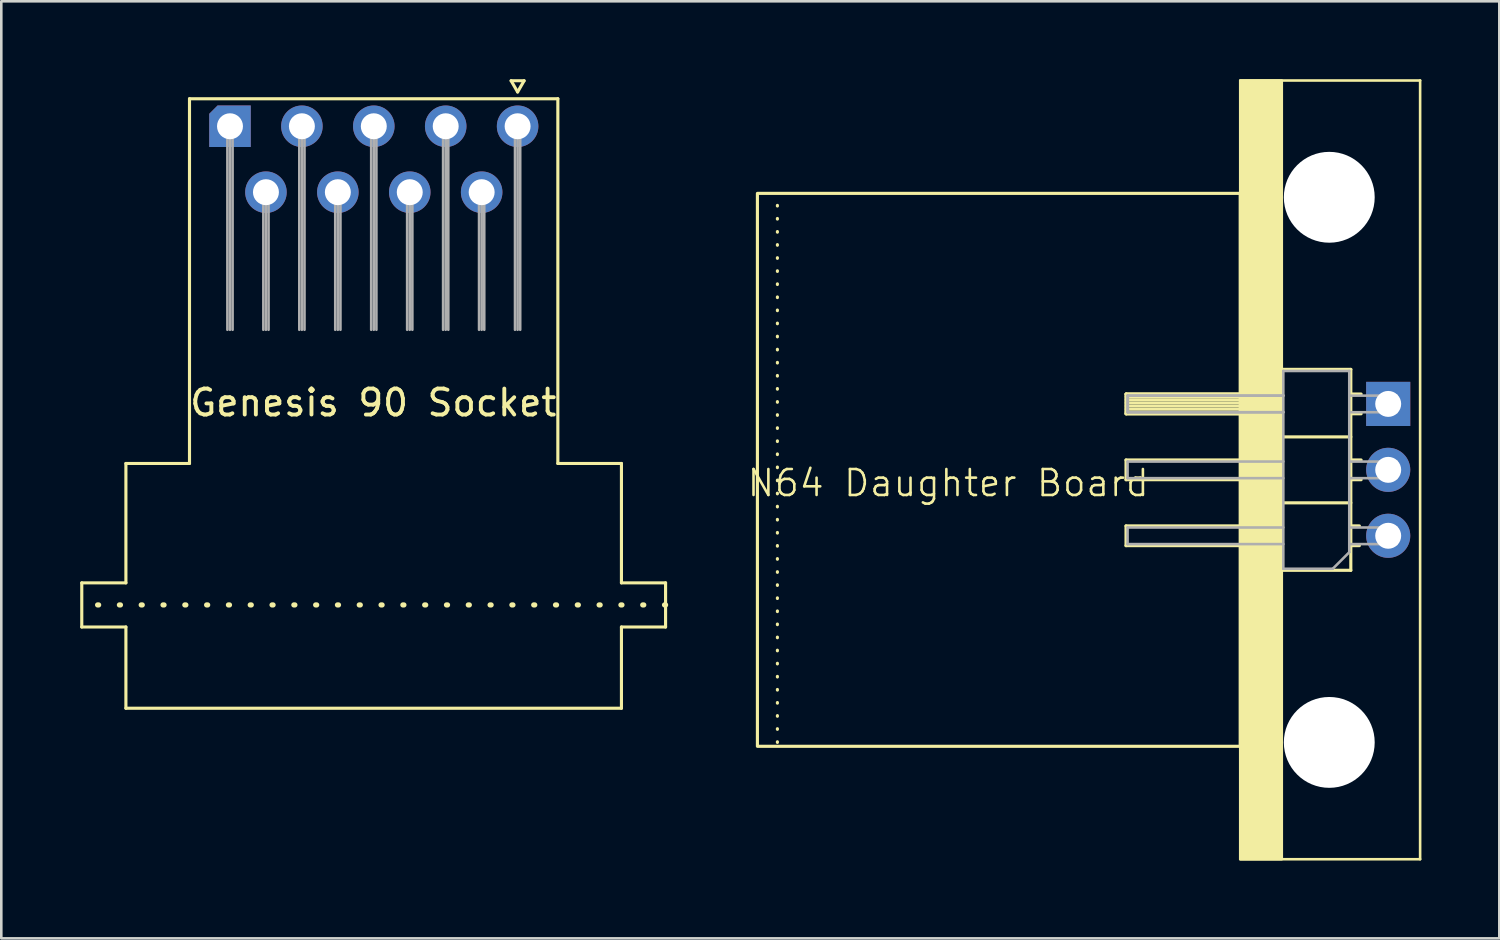
<source format=kicad_pcb>
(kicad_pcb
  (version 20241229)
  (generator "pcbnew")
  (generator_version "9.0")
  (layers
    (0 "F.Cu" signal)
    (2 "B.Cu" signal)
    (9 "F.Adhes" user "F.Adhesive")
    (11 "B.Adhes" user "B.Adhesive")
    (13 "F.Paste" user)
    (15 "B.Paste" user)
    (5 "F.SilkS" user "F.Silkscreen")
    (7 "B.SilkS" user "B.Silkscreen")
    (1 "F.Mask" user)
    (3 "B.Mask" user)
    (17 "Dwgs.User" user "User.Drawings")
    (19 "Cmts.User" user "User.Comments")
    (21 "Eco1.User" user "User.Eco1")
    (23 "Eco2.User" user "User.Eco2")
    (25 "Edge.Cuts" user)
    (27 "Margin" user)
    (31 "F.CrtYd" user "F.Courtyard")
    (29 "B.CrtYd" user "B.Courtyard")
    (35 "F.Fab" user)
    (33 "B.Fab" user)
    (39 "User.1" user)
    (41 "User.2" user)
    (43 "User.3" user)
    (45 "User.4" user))
  (footprint "N64 Daughter Board"
    (layer "F.Cu")
    (at 33.108 15.52)
    (property "Reference" "N64 Daughter Board" (at 0.37 0.04 0) (unlocked yes) (layer "F.SilkS") (effects (font (size 1 1) (thickness 0.1))))
    (attr through_hole)
    (fp_line (start -6.21 10.03) (end -6.21 -10.97) (stroke (width 0.12) (type dot)) (layer "F.SilkS"))
    (fp_line (start 7.22 -3.39) (end 13.22 -3.39) (stroke (width 0.12) (type solid)) (layer "F.SilkS"))
    (fp_line (start 7.22 -2.63) (end 7.22 -3.39) (stroke (width 0.12) (type solid)) (layer "F.SilkS"))
    (fp_line (start 7.22 -0.85) (end 13.22 -0.85) (stroke (width 0.12) (type solid)) (layer "F.SilkS"))
    (fp_line (start 7.22 -0.09) (end 7.22 -0.85) (stroke (width 0.12) (type solid)) (layer "F.SilkS"))
    (fp_line (start 7.22 1.69) (end 13.22 1.69) (stroke (width 0.12) (type solid)) (layer "F.SilkS"))
    (fp_line (start 7.22 2.45) (end 7.22 1.69) (stroke (width 0.12) (type solid)) (layer "F.SilkS"))
    (fp_line (start 7.23 -3.39) (end 13.23 -3.39) (stroke (width 0.12) (type solid)) (layer "F.SilkS"))
    (fp_line (start 7.23 -2.63) (end 7.23 -3.39) (stroke (width 0.12) (type solid)) (layer "F.SilkS"))
    (fp_line (start 11.62 -15.47) (end 18.55 -15.47) (stroke (width 0.1) (type default)) (layer "F.SilkS"))
    (fp_line (start 11.62 14.53) (end 18.55 14.53) (stroke (width 0.1) (type default)) (layer "F.SilkS"))
    (fp_line (start 13.22 -4.34) (end 13.22 3.4) (stroke (width 0.12) (type solid)) (layer "F.SilkS"))
    (fp_line (start 13.22 -2.63) (end 7.22 -2.63) (stroke (width 0.12) (type solid)) (layer "F.SilkS"))
    (fp_line (start 13.22 -0.09) (end 7.22 -0.09) (stroke (width 0.12) (type solid)) (layer "F.SilkS"))
    (fp_line (start 13.22 2.45) (end 7.22 2.45) (stroke (width 0.12) (type solid)) (layer "F.SilkS"))
    (fp_line (start 13.22 3.4) (end 15.88 3.4) (stroke (width 0.12) (type solid)) (layer "F.SilkS"))
    (fp_line (start 13.23 -3.29) (end 7.23 -3.29) (stroke (width 0.12) (type solid)) (layer "F.SilkS"))
    (fp_line (start 13.23 -3.17) (end 7.23 -3.17) (stroke (width 0.12) (type solid)) (layer "F.SilkS"))
    (fp_line (start 13.23 -3.05) (end 7.23 -3.05) (stroke (width 0.12) (type solid)) (layer "F.SilkS"))
    (fp_line (start 13.23 -2.93) (end 7.23 -2.93) (stroke (width 0.12) (type solid)) (layer "F.SilkS"))
    (fp_line (start 13.23 -2.81) (end 7.23 -2.81) (stroke (width 0.12) (type solid)) (layer "F.SilkS"))
    (fp_line (start 13.23 -2.69) (end 7.23 -2.69) (stroke (width 0.12) (type solid)) (layer "F.SilkS"))
    (fp_line (start 13.23 -2.63) (end 7.23 -2.63) (stroke (width 0.12) (type solid)) (layer "F.SilkS"))
    (fp_line (start 15.88 -4.34) (end 13.22 -4.34) (stroke (width 0.12) (type solid)) (layer "F.SilkS"))
    (fp_line (start 15.88 -1.74) (end 13.22 -1.74) (stroke (width 0.12) (type solid)) (layer "F.SilkS"))
    (fp_line (start 15.88 0.8) (end 13.22 0.8) (stroke (width 0.12) (type solid)) (layer "F.SilkS"))
    (fp_line (start 15.88 3.4) (end 15.88 -4.34) (stroke (width 0.12) (type solid)) (layer "F.SilkS"))
    (fp_line (start 16.21 1.69) (end 15.88 1.69) (stroke (width 0.12) (type solid)) (layer "F.SilkS"))
    (fp_line (start 16.21 2.45) (end 15.88 2.45) (stroke (width 0.12) (type solid)) (layer "F.SilkS"))
    (fp_line (start 16.277 -3.39) (end 15.88 -3.39) (stroke (width 0.12) (type solid)) (layer "F.SilkS"))
    (fp_line (start 16.277 -2.63) (end 15.88 -2.63) (stroke (width 0.12) (type solid)) (layer "F.SilkS"))
    (fp_line (start 16.277 -0.85) (end 15.88 -0.85) (stroke (width 0.12) (type solid)) (layer "F.SilkS"))
    (fp_line (start 16.277 -0.09) (end 15.88 -0.09) (stroke (width 0.12) (type solid)) (layer "F.SilkS"))
    (fp_line (start 18.55 14.53) (end 18.55 -15.47) (stroke (width 0.1) (type default)) (layer "F.SilkS"))
    (fp_rect (start -6.98 -11.12) (end 11.62 10.18) (stroke (width 0.12) (type solid)) (fill no) (layer "F.SilkS"))
    (fp_rect (start 11.62 -15.47) (end 13.22 14.53) (stroke (width 0.1) (type solid)) (fill yes) (layer "F.SilkS"))
    (fp_line (start 7.28 -2.69) (end 7.28 -3.33) (stroke (width 0.1) (type solid)) (layer "F.Fab"))
    (fp_line (start 7.28 -0.15) (end 7.28 -0.79) (stroke (width 0.1) (type solid)) (layer "F.Fab"))
    (fp_line (start 7.28 2.39) (end 7.28 1.75) (stroke (width 0.1) (type solid)) (layer "F.Fab"))
    (fp_line (start 7.29 -2.69) (end 7.29 -3.33) (stroke (width 0.1) (type solid)) (layer "F.Fab"))
    (fp_line (start 13.28 -4.28) (end 15.82 -4.28) (stroke (width 0.1) (type solid)) (layer "F.Fab"))
    (fp_line (start 13.28 -3.33) (end 7.28 -3.33) (stroke (width 0.1) (type solid)) (layer "F.Fab"))
    (fp_line (start 13.28 -2.69) (end 7.28 -2.69) (stroke (width 0.1) (type solid)) (layer "F.Fab"))
    (fp_line (start 13.28 -0.79) (end 7.28 -0.79) (stroke (width 0.1) (type solid)) (layer "F.Fab"))
    (fp_line (start 13.28 -0.15) (end 7.28 -0.15) (stroke (width 0.1) (type solid)) (layer "F.Fab"))
    (fp_line (start 13.28 1.75) (end 7.28 1.75) (stroke (width 0.1) (type solid)) (layer "F.Fab"))
    (fp_line (start 13.28 2.39) (end 7.28 2.39) (stroke (width 0.1) (type solid)) (layer "F.Fab"))
    (fp_line (start 13.28 3.34) (end 13.28 -4.28) (stroke (width 0.1) (type solid)) (layer "F.Fab"))
    (fp_line (start 13.29 -3.33) (end 7.29 -3.33) (stroke (width 0.1) (type solid)) (layer "F.Fab"))
    (fp_line (start 13.29 -2.69) (end 7.29 -2.69) (stroke (width 0.1) (type solid)) (layer "F.Fab"))
    (fp_line (start 15.185 3.34) (end 13.28 3.34) (stroke (width 0.1) (type solid)) (layer "F.Fab"))
    (fp_line (start 15.82 -4.28) (end 15.82 2.705) (stroke (width 0.1) (type solid)) (layer "F.Fab"))
    (fp_line (start 15.82 2.705) (end 15.185 3.34) (stroke (width 0.1) (type solid)) (layer "F.Fab"))
    (fp_line (start 17.64 -3.33) (end 15.82 -3.33) (stroke (width 0.1) (type solid)) (layer "F.Fab"))
    (fp_line (start 17.64 -2.69) (end 15.82 -2.69) (stroke (width 0.1) (type solid)) (layer "F.Fab"))
    (fp_line (start 17.64 -2.69) (end 17.64 -3.33) (stroke (width 0.1) (type solid)) (layer "F.Fab"))
    (fp_line (start 17.64 -0.79) (end 15.82 -0.79) (stroke (width 0.1) (type solid)) (layer "F.Fab"))
    (fp_line (start 17.64 -0.15) (end 15.82 -0.15) (stroke (width 0.1) (type solid)) (layer "F.Fab"))
    (fp_line (start 17.64 -0.15) (end 17.64 -0.79) (stroke (width 0.1) (type solid)) (layer "F.Fab"))
    (fp_line (start 17.64 1.75) (end 15.82 1.75) (stroke (width 0.1) (type solid)) (layer "F.Fab"))
    (fp_line (start 17.64 2.39) (end 15.82 2.39) (stroke (width 0.1) (type solid)) (layer "F.Fab"))
    (fp_line (start 17.64 2.39) (end 17.64 1.75) (stroke (width 0.1) (type solid)) (layer "F.Fab"))
    (pad "" np_thru_hole circle (at 15.05 -10.97) (size 3.5 3.5) (drill 3.5) (layers "*.Cu" "*.Mask"))
    (pad "" np_thru_hole circle (at 15.05 10.03) (size 3.5 3.5) (drill 3.5) (layers "*.Cu" "*.Mask"))
    (pad "1" thru_hole rect (at 17.32 -3.01 180) (size 1.7 1.7) (drill 1) (layers "*.Cu" "*.Mask"))
    (pad "2" thru_hole oval (at 17.32 -0.47 180) (size 1.7 1.7) (drill 1) (layers "*.Cu" "*.Mask"))
    (pad "3" thru_hole oval (at 17.32 2.07 180) (size 1.7 1.7) (drill 1) (layers "*.Cu" "*.Mask")))
  (footprint "Genesis 90 Socket"
    (layer "F.Cu")
    (at 11.33 12.964)
    (property "Reference" "Genesis 90 Socket" (at 0 -0.5 0) (unlocked yes) (layer "F.SilkS") (effects (font (size 1 1) (thickness 0.15))))
    (attr through_hole)
    (fp_line (start -11.23 6.44) (end -11.23 8.14) (stroke (width 0.12) (type solid)) (layer "F.SilkS"))
    (fp_line (start -9.53 1.84) (end -7.08 1.84) (stroke (width 0.12) (type solid)) (layer "F.SilkS"))
    (fp_line (start -9.53 6.44) (end -11.23 6.44) (stroke (width 0.12) (type solid)) (layer "F.SilkS"))
    (fp_line (start -9.53 6.44) (end -9.53 1.84) (stroke (width 0.12) (type solid)) (layer "F.SilkS"))
    (fp_line (start -9.53 8.14) (end -11.23 8.14) (stroke (width 0.12) (type solid)) (layer "F.SilkS"))
    (fp_line (start -9.53 8.14) (end -9.53 11.27) (stroke (width 0.12) (type solid)) (layer "F.SilkS"))
    (fp_line (start -9.53 11.27) (end 9.56 11.27) (stroke (width 0.12) (type solid)) (layer "F.SilkS"))
    (fp_line (start -7.08 -12.21) (end 7.11 -12.21) (stroke (width 0.12) (type solid)) (layer "F.SilkS"))
    (fp_line (start -7.08 1.84) (end -7.08 -12.21) (stroke (width 0.12) (type solid)) (layer "F.SilkS"))
    (fp_line (start 5.31 -12.904) (end 5.81 -12.904) (stroke (width 0.12) (type solid)) (layer "F.SilkS"))
    (fp_line (start 5.56 -12.471) (end 5.31 -12.904) (stroke (width 0.12) (type solid)) (layer "F.SilkS"))
    (fp_line (start 5.81 -12.904) (end 5.56 -12.471) (stroke (width 0.12) (type solid)) (layer "F.SilkS"))
    (fp_line (start 7.11 -12.21) (end 7.11 1.84) (stroke (width 0.12) (type solid)) (layer "F.SilkS"))
    (fp_line (start 7.11 1.84) (end 9.56 1.84) (stroke (width 0.12) (type solid)) (layer "F.SilkS"))
    (fp_line (start 9.56 1.84) (end 9.56 6.44) (stroke (width 0.12) (type solid)) (layer "F.SilkS"))
    (fp_line (start 9.56 8.14) (end 9.56 11.27) (stroke (width 0.12) (type solid)) (layer "F.SilkS"))
    (fp_line (start 11.26 6.44) (end 9.56 6.44) (stroke (width 0.12) (type solid)) (layer "F.SilkS"))
    (fp_line (start 11.26 7.29) (end -11.23 7.29) (stroke (width 0.2) (type dot)) (layer "F.SilkS"))
    (fp_line (start 11.26 8.14) (end 9.56 8.14) (stroke (width 0.12) (type solid)) (layer "F.SilkS"))
    (fp_line (start 11.26 8.14) (end 11.26 6.44) (stroke (width 0.12) (type solid)) (layer "F.SilkS"))
    (fp_line (start -5.62 -11.15) (end -5.62 -3.31) (stroke (width 0.1) (type solid)) (layer "F.Fab"))
    (fp_line (start -5.52 -11.15) (end -5.52 -3.31) (stroke (width 0.1) (type solid)) (layer "F.Fab"))
    (fp_line (start -5.42 -11.15) (end -5.42 -3.31) (stroke (width 0.1) (type solid)) (layer "F.Fab"))
    (fp_line (start -4.235 -8.61) (end -4.235 -3.31) (stroke (width 0.1) (type solid)) (layer "F.Fab"))
    (fp_line (start -4.135 -8.61) (end -4.135 -3.31) (stroke (width 0.1) (type solid)) (layer "F.Fab"))
    (fp_line (start -4.035 -8.61) (end -4.035 -3.31) (stroke (width 0.1) (type solid)) (layer "F.Fab"))
    (fp_line (start -2.85 -11.15) (end -2.85 -3.31) (stroke (width 0.1) (type solid)) (layer "F.Fab"))
    (fp_line (start -2.75 -11.15) (end -2.75 -3.31) (stroke (width 0.1) (type solid)) (layer "F.Fab"))
    (fp_line (start -2.65 -11.15) (end -2.65 -3.31) (stroke (width 0.1) (type solid)) (layer "F.Fab"))
    (fp_line (start -1.465 -8.61) (end -1.465 -3.31) (stroke (width 0.1) (type solid)) (layer "F.Fab"))
    (fp_line (start -1.365 -8.61) (end -1.365 -3.31) (stroke (width 0.1) (type solid)) (layer "F.Fab"))
    (fp_line (start -1.265 -8.61) (end -1.265 -3.31) (stroke (width 0.1) (type solid)) (layer "F.Fab"))
    (fp_line (start -0.08 -11.15) (end -0.08 -3.31) (stroke (width 0.1) (type solid)) (layer "F.Fab"))
    (fp_line (start 0.02 -11.15) (end 0.02 -3.31) (stroke (width 0.1) (type solid)) (layer "F.Fab"))
    (fp_line (start 0.12 -11.15) (end 0.12 -3.31) (stroke (width 0.1) (type solid)) (layer "F.Fab"))
    (fp_line (start 1.305 -8.61) (end 1.305 -3.31) (stroke (width 0.1) (type solid)) (layer "F.Fab"))
    (fp_line (start 1.405 -8.61) (end 1.405 -3.31) (stroke (width 0.1) (type solid)) (layer "F.Fab"))
    (fp_line (start 1.505 -8.61) (end 1.505 -3.31) (stroke (width 0.1) (type solid)) (layer "F.Fab"))
    (fp_line (start 2.69 -11.15) (end 2.69 -3.31) (stroke (width 0.1) (type solid)) (layer "F.Fab"))
    (fp_line (start 2.79 -11.15) (end 2.79 -3.31) (stroke (width 0.1) (type solid)) (layer "F.Fab"))
    (fp_line (start 2.89 -11.15) (end 2.89 -3.31) (stroke (width 0.1) (type solid)) (layer "F.Fab"))
    (fp_line (start 4.075 -8.61) (end 4.075 -3.31) (stroke (width 0.1) (type solid)) (layer "F.Fab"))
    (fp_line (start 4.175 -8.61) (end 4.175 -3.31) (stroke (width 0.1) (type solid)) (layer "F.Fab"))
    (fp_line (start 4.275 -8.61) (end 4.275 -3.31) (stroke (width 0.1) (type solid)) (layer "F.Fab"))
    (fp_line (start 5.46 -11.15) (end 5.46 -3.31) (stroke (width 0.1) (type solid)) (layer "F.Fab"))
    (fp_line (start 5.56 -11.15) (end 5.56 -3.31) (stroke (width 0.1) (type solid)) (layer "F.Fab"))
    (fp_line (start 5.66 -11.15) (end 5.66 -3.31) (stroke (width 0.1) (type solid)) (layer "F.Fab"))
    (pad "1" thru_hole roundrect (at -5.52 -11.15) (size 1.6 1.6) (drill 1) (layers "*.Cu" "*.Mask") (roundrect_rratio 0) (chamfer_ratio 0.2) (chamfer top_left))
    (pad "2" thru_hole circle (at -2.75 -11.15) (size 1.6 1.6) (drill 1) (layers "*.Cu" "*.Mask"))
    (pad "3" thru_hole circle (at 0.02 -11.15) (size 1.6 1.6) (drill 1) (layers "*.Cu" "*.Mask"))
    (pad "4" thru_hole circle (at 2.79 -11.15) (size 1.6 1.6) (drill 1) (layers "*.Cu" "*.Mask"))
    (pad "5" thru_hole circle (at 5.56 -11.15) (size 1.6 1.6) (drill 1) (layers "*.Cu" "*.Mask"))
    (pad "6" thru_hole circle (at -4.135 -8.61) (size 1.6 1.6) (drill 1) (layers "*.Cu" "*.Mask"))
    (pad "7" thru_hole circle (at -1.365 -8.61) (size 1.6 1.6) (drill 1) (layers "*.Cu" "*.Mask"))
    (pad "8" thru_hole circle (at 1.405 -8.61) (size 1.6 1.6) (drill 1) (layers "*.Cu" "*.Mask"))
    (pad "9" thru_hole circle (at 4.175 -8.61) (size 1.6 1.6) (drill 1) (layers "*.Cu" "*.Mask")))
  (gr_rect
    (start -3 -3)
    (end 54.708 33.1)
    (stroke (width 0.1) (type default))
    (fill no)
    (layer "Edge.Cuts")))
</source>
